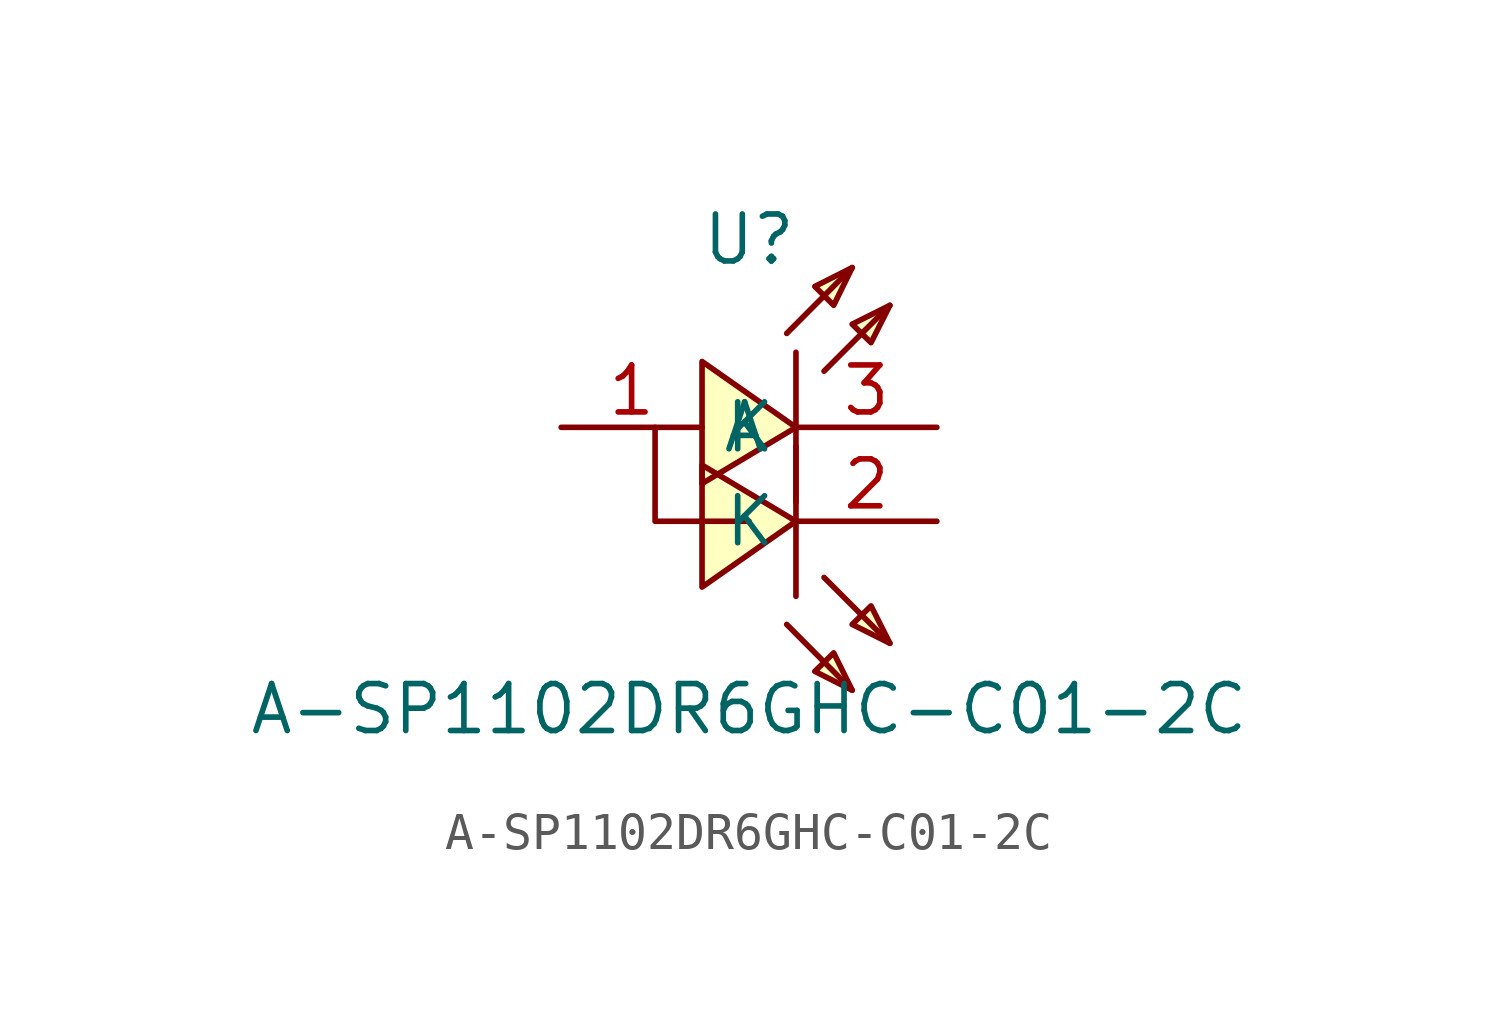
<source format=kicad_sym>
(kicad_symbol_lib
  (version 20211014)
  (generator https://github.com/uPesy/easyeda2kicad.py)
  (symbol "A-SP1102DR6GHC-C01-2C"
    (property "Reference" "U"
      (at 0 7.62 0)
      (effects (font (size 1.27 1.27))))
    (property "Value" "A-SP1102DR6GHC-C01-2C"
      (at 0 -5.08 0)
      (effects (font (size 1.27 1.27))))
    (symbol "A-SP1102DR6GHC-C01-2C_0_1"
      (polyline (pts (xy -1.27 1.02) (xy 1.27 2.54) (xy -1.27 4.32) (xy -1.27 1.02)) (stroke (width 0) (type default) (color 0 0 0 0)) (fill (type background)))
      (polyline (pts (xy 2.79 6.86) (xy 1.78 6.35) (xy 2.29 5.84) (xy 2.79 6.86)) (stroke (width 0) (type default) (color 0 0 0 0)) (fill (type background)))
      (polyline (pts (xy 3.81 5.84) (xy 2.79 5.33) (xy 3.30 4.83) (xy 3.81 5.84)) (stroke (width 0) (type default) (color 0 0 0 0)) (fill (type background)))
      (polyline (pts (xy -1.27 1.52) (xy 1.27 -0.00) (xy -1.27 -1.78) (xy -1.27 1.52)) (stroke (width 0) (type default) (color 0 0 0 0)) (fill (type background)))
      (polyline (pts (xy 2.79 -4.57) (xy 1.78 -4.06) (xy 2.29 -3.56) (xy 2.79 -4.57)) (stroke (width 0) (type default) (color 0 0 0 0)) (fill (type background)))
      (polyline (pts (xy 3.81 -3.30) (xy 2.79 -2.79) (xy 3.30 -2.29) (xy 3.81 -3.30)) (stroke (width 0) (type default) (color 0 0 0 0)) (fill (type background)))
      (polyline (pts (xy 1.27 4.57) (xy 1.27 0.51)) (stroke (width 0) (type default) (color 0 0 0 0)) (fill (type none)))
      (polyline (pts (xy 1.02 5.08) (xy 2.79 6.86)) (stroke (width 0) (type default) (color 0 0 0 0)) (fill (type none)))
      (polyline (pts (xy 2.03 4.06) (xy 3.81 5.84)) (stroke (width 0) (type default) (color 0 0 0 0)) (fill (type none)))
      (polyline (pts (xy 1.27 -2.03) (xy 1.27 2.03)) (stroke (width 0) (type default) (color 0 0 0 0)) (fill (type none)))
      (polyline (pts (xy 1.02 -2.79) (xy 2.79 -4.57)) (stroke (width 0) (type default) (color 0 0 0 0)) (fill (type none)))
      (polyline (pts (xy 2.03 -1.52) (xy 3.81 -3.30)) (stroke (width 0) (type default) (color 0 0 0 0)) (fill (type none)))
      (polyline (pts (xy -2.54 2.54) (xy -2.54 -0.00) (xy 0.00 -0.00)) (stroke (width 0) (type default) (color 0 0 0 0)) (fill (type none)))
      (pin unspecified line (at -5.08 2.54 0) (length 3.81) (name "A" (effects (font (size 1.27 1.27)))) (number "1" (effects (font (size 1.27 1.27)))))
      (pin unspecified line (at 5.08 2.54 180) (length 3.81) (name "K" (effects (font (size 1.27 1.27)))) (number "3" (effects (font (size 1.27 1.27)))))
      (pin unspecified line (at 5.08 -0.00 180) (length 3.81) (name "K" (effects (font (size 1.27 1.27)))) (number "2" (effects (font (size 1.27 1.27))))))))
</source>
